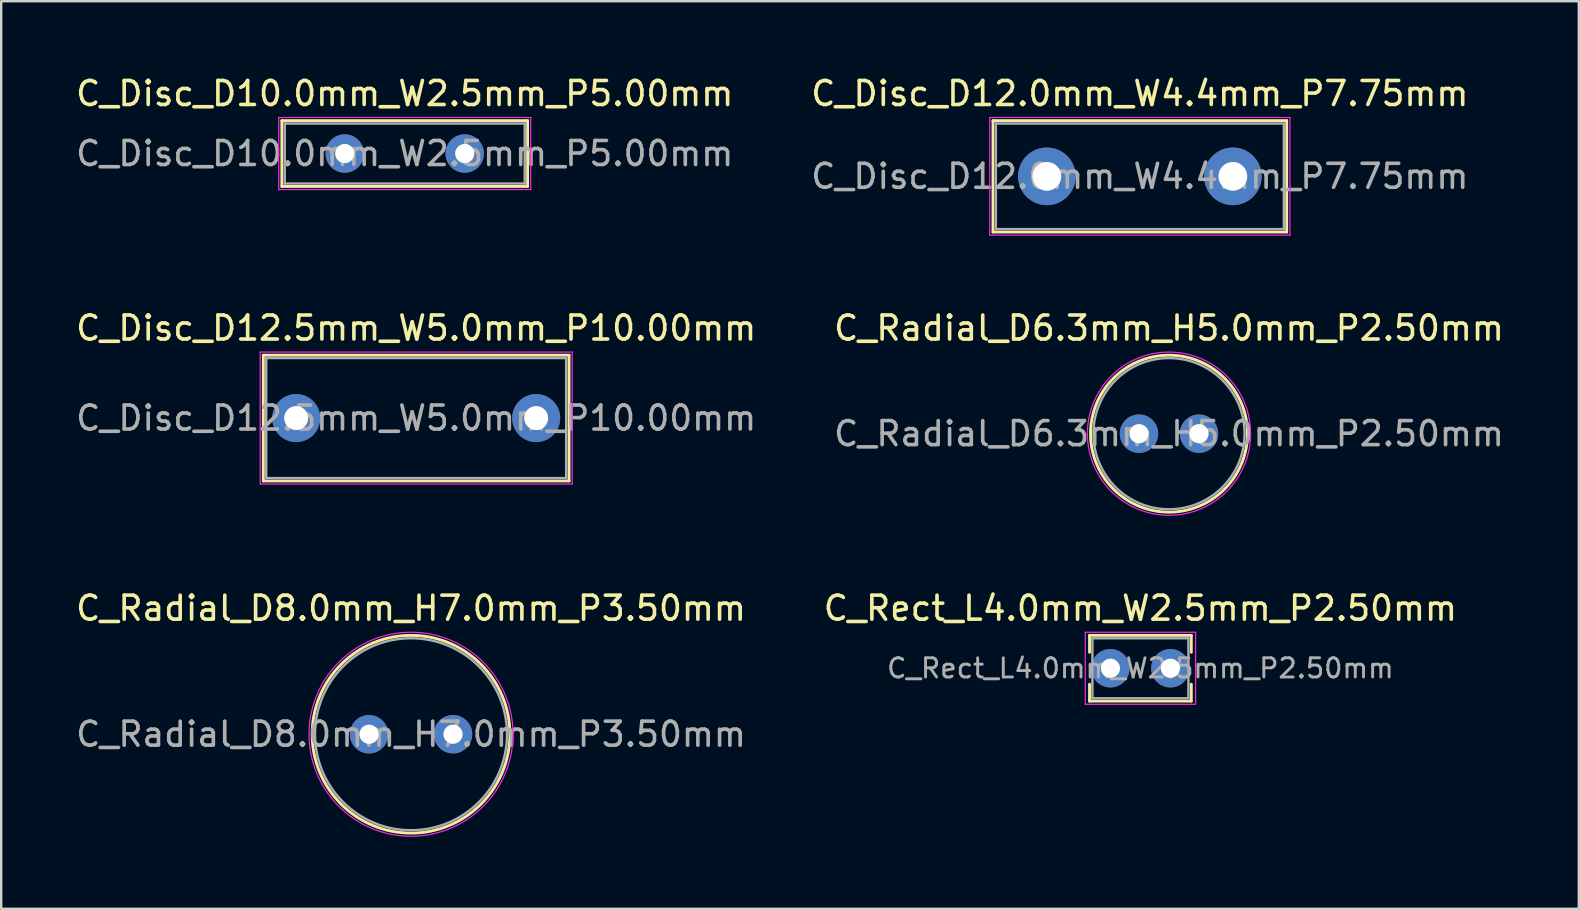
<source format=kicad_pcb>
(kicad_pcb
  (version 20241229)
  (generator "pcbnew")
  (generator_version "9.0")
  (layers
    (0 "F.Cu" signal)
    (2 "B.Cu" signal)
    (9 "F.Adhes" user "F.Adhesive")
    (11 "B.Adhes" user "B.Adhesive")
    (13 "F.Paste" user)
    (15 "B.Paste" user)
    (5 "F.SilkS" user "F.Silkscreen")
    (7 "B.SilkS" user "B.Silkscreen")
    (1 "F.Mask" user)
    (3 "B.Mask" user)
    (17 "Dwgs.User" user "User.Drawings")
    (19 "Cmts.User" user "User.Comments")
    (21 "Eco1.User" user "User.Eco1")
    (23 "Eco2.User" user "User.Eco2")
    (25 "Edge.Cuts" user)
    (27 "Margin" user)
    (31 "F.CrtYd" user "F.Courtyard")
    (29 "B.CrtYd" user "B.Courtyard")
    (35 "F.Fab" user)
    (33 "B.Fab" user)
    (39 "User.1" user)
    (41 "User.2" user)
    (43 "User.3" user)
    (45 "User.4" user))
  (footprint "C_Disc_D12.5mm_W5.0mm_P10.00mm"
    (layer "F.Cu")
    (at 9.292 14.371)
    (property "Reference" "C_Disc_D12.5mm_W5.0mm_P10.00mm" (at 5 -3.75 0) (layer "F.SilkS") (effects (font (size 1 1) (thickness 0.15))))
    (attr through_hole)
    (fp_line (start -1.37 -2.62) (end -1.37 2.62) (stroke (width 0.12) (type solid)) (layer "F.SilkS"))
    (fp_line (start -1.37 -2.62) (end 11.37 -2.62) (stroke (width 0.12) (type solid)) (layer "F.SilkS"))
    (fp_line (start -1.37 2.62) (end 11.37 2.62) (stroke (width 0.12) (type solid)) (layer "F.SilkS"))
    (fp_line (start 11.37 -2.62) (end 11.37 2.62) (stroke (width 0.12) (type solid)) (layer "F.SilkS"))
    (fp_line (start -1.5 -2.75) (end -1.5 2.75) (stroke (width 0.05) (type solid)) (layer "F.CrtYd"))
    (fp_line (start -1.5 2.75) (end 11.5 2.75) (stroke (width 0.05) (type solid)) (layer "F.CrtYd"))
    (fp_line (start 11.5 -2.75) (end -1.5 -2.75) (stroke (width 0.05) (type solid)) (layer "F.CrtYd"))
    (fp_line (start 11.5 2.75) (end 11.5 -2.75) (stroke (width 0.05) (type solid)) (layer "F.CrtYd"))
    (fp_line (start -1.25 -2.5) (end -1.25 2.5) (stroke (width 0.1) (type solid)) (layer "F.Fab"))
    (fp_line (start -1.25 2.5) (end 11.25 2.5) (stroke (width 0.1) (type solid)) (layer "F.Fab"))
    (fp_line (start 11.25 -2.5) (end -1.25 -2.5) (stroke (width 0.1) (type solid)) (layer "F.Fab"))
    (fp_line (start 11.25 2.5) (end 11.25 -2.5) (stroke (width 0.1) (type solid)) (layer "F.Fab"))
    (fp_text user "${REFERENCE}" (at 5 0 0) (layer "F.Fab") (effects (font (size 1 1) (thickness 0.15))))
    (pad "1" thru_hole circle (at 0 0) (size 2 2) (drill 1) (layers "*.Cu" "*.Mask"))
    (pad "2" thru_hole circle (at 10 0) (size 2 2) (drill 1) (layers "*.Cu" "*.Mask")))
  (footprint "C_Disc_D12.0mm_W4.4mm_P7.75mm"
    (layer "F.Cu")
    (at 40.571 4.298)
    (property "Reference" "C_Disc_D12.0mm_W4.4mm_P7.75mm" (at 3.875 -3.45 0) (layer "F.SilkS") (effects (font (size 1 1) (thickness 0.15))))
    (attr through_hole)
    (fp_line (start -2.245 -2.321) (end -2.245 2.321) (stroke (width 0.12) (type solid)) (layer "F.SilkS"))
    (fp_line (start -2.245 -2.321) (end 9.995 -2.321) (stroke (width 0.12) (type solid)) (layer "F.SilkS"))
    (fp_line (start -2.245 2.321) (end 9.995 2.321) (stroke (width 0.12) (type solid)) (layer "F.SilkS"))
    (fp_line (start 9.995 -2.321) (end 9.995 2.321) (stroke (width 0.12) (type solid)) (layer "F.SilkS"))
    (fp_line (start -2.38 -2.45) (end -2.38 2.45) (stroke (width 0.05) (type solid)) (layer "F.CrtYd"))
    (fp_line (start -2.38 2.45) (end 10.13 2.45) (stroke (width 0.05) (type solid)) (layer "F.CrtYd"))
    (fp_line (start 10.13 -2.45) (end -2.38 -2.45) (stroke (width 0.05) (type solid)) (layer "F.CrtYd"))
    (fp_line (start 10.13 2.45) (end 10.13 -2.45) (stroke (width 0.05) (type solid)) (layer "F.CrtYd"))
    (fp_line (start -2.125 -2.2) (end -2.125 2.2) (stroke (width 0.1) (type solid)) (layer "F.Fab"))
    (fp_line (start -2.125 2.2) (end 9.875 2.2) (stroke (width 0.1) (type solid)) (layer "F.Fab"))
    (fp_line (start 9.875 -2.2) (end -2.125 -2.2) (stroke (width 0.1) (type solid)) (layer "F.Fab"))
    (fp_line (start 9.875 2.2) (end 9.875 -2.2) (stroke (width 0.1) (type solid)) (layer "F.Fab"))
    (fp_text user "${REFERENCE}" (at 3.875 0 0) (layer "F.Fab") (effects (font (size 1 1) (thickness 0.15))))
    (pad "1" thru_hole circle (at 0 0) (size 2.4 2.4) (drill 1.2) (layers "*.Cu" "*.Mask"))
    (pad "2" thru_hole circle (at 7.75 0) (size 2.4 2.4) (drill 1.2) (layers "*.Cu" "*.Mask")))
  (footprint "C_Radial_D6.3mm_H5.0mm_P2.50mm"
    (layer "F.Cu")
    (at 44.411 15.021)
    (property "Reference" "C_Radial_D6.3mm_H5.0mm_P2.50mm" (at 1.25 -4.4 0) (layer "F.SilkS") (effects (font (size 1 1) (thickness 0.15))))
    (attr through_hole)
    (fp_circle (center 1.25 0) (end 4.52 0) (stroke (width 0.12) (type solid)) (fill no) (layer "F.SilkS"))
    (fp_circle (center 1.25 0) (end 4.65 0) (stroke (width 0.05) (type solid)) (fill no) (layer "F.CrtYd"))
    (fp_circle (center 1.25 0) (end 4.4 0) (stroke (width 0.1) (type solid)) (fill no) (layer "F.Fab"))
    (fp_text user "${REFERENCE}" (at 1.25 0 0) (layer "F.Fab") (effects (font (size 1 1) (thickness 0.15))))
    (pad "1" thru_hole circle (at 0 0) (size 1.6 1.6) (drill 0.8) (layers "*.Cu" "*.Mask"))
    (pad "2" thru_hole circle (at 2.5 0) (size 1.6 1.6) (drill 0.8) (layers "*.Cu" "*.Mask")))
  (footprint "C_Rect_L4.0mm_W2.5mm_P2.50mm"
    (layer "F.Cu")
    (at 43.22 24.795)
    (property "Reference" "C_Rect_L4.0mm_W2.5mm_P2.50mm" (at 1.25 -2.5 0) (layer "F.SilkS") (effects (font (size 1 1) (thickness 0.15))))
    (attr through_hole)
    (fp_line (start -0.87 -1.37) (end -0.87 -0.665) (stroke (width 0.12) (type solid)) (layer "F.SilkS"))
    (fp_line (start -0.87 -1.37) (end 3.37 -1.37) (stroke (width 0.12) (type solid)) (layer "F.SilkS"))
    (fp_line (start -0.87 0.665) (end -0.87 1.37) (stroke (width 0.12) (type solid)) (layer "F.SilkS"))
    (fp_line (start -0.87 1.37) (end 3.37 1.37) (stroke (width 0.12) (type solid)) (layer "F.SilkS"))
    (fp_line (start 3.37 -1.37) (end 3.37 -0.665) (stroke (width 0.12) (type solid)) (layer "F.SilkS"))
    (fp_line (start 3.37 0.665) (end 3.37 1.37) (stroke (width 0.12) (type solid)) (layer "F.SilkS"))
    (fp_line (start -1.05 -1.5) (end -1.05 1.5) (stroke (width 0.05) (type solid)) (layer "F.CrtYd"))
    (fp_line (start -1.05 1.5) (end 3.55 1.5) (stroke (width 0.05) (type solid)) (layer "F.CrtYd"))
    (fp_line (start 3.55 -1.5) (end -1.05 -1.5) (stroke (width 0.05) (type solid)) (layer "F.CrtYd"))
    (fp_line (start 3.55 1.5) (end 3.55 -1.5) (stroke (width 0.05) (type solid)) (layer "F.CrtYd"))
    (fp_line (start -0.75 -1.25) (end -0.75 1.25) (stroke (width 0.1) (type solid)) (layer "F.Fab"))
    (fp_line (start -0.75 1.25) (end 3.25 1.25) (stroke (width 0.1) (type solid)) (layer "F.Fab"))
    (fp_line (start 3.25 -1.25) (end -0.75 -1.25) (stroke (width 0.1) (type solid)) (layer "F.Fab"))
    (fp_line (start 3.25 1.25) (end 3.25 -1.25) (stroke (width 0.1) (type solid)) (layer "F.Fab"))
    (fp_text user "${REFERENCE}" (at 1.25 0 0) (layer "F.Fab") (effects (font (size 0.8 0.8) (thickness 0.12))))
    (pad "1" thru_hole circle (at 0 0) (size 1.6 1.6) (drill 0.8) (layers "*.Cu" "*.Mask"))
    (pad "2" thru_hole circle (at 2.5 0) (size 1.6 1.6) (drill 0.8) (layers "*.Cu" "*.Mask")))
  (footprint "C_Disc_D10.0mm_W2.5mm_P5.00mm"
    (layer "F.Cu")
    (at 11.315 3.348)
    (property "Reference" "C_Disc_D10.0mm_W2.5mm_P5.00mm" (at 2.5 -2.5 0) (layer "F.SilkS") (effects (font (size 1 1) (thickness 0.15))))
    (attr through_hole)
    (fp_line (start -2.62 -1.37) (end -2.62 1.37) (stroke (width 0.12) (type solid)) (layer "F.SilkS"))
    (fp_line (start -2.62 -1.37) (end 7.62 -1.37) (stroke (width 0.12) (type solid)) (layer "F.SilkS"))
    (fp_line (start -2.62 1.37) (end 7.62 1.37) (stroke (width 0.12) (type solid)) (layer "F.SilkS"))
    (fp_line (start 7.62 -1.37) (end 7.62 1.37) (stroke (width 0.12) (type solid)) (layer "F.SilkS"))
    (fp_line (start -2.75 -1.5) (end -2.75 1.5) (stroke (width 0.05) (type solid)) (layer "F.CrtYd"))
    (fp_line (start -2.75 1.5) (end 7.75 1.5) (stroke (width 0.05) (type solid)) (layer "F.CrtYd"))
    (fp_line (start 7.75 -1.5) (end -2.75 -1.5) (stroke (width 0.05) (type solid)) (layer "F.CrtYd"))
    (fp_line (start 7.75 1.5) (end 7.75 -1.5) (stroke (width 0.05) (type solid)) (layer "F.CrtYd"))
    (fp_line (start -2.5 -1.25) (end -2.5 1.25) (stroke (width 0.1) (type solid)) (layer "F.Fab"))
    (fp_line (start -2.5 1.25) (end 7.5 1.25) (stroke (width 0.1) (type solid)) (layer "F.Fab"))
    (fp_line (start 7.5 -1.25) (end -2.5 -1.25) (stroke (width 0.1) (type solid)) (layer "F.Fab"))
    (fp_line (start 7.5 1.25) (end 7.5 -1.25) (stroke (width 0.1) (type solid)) (layer "F.Fab"))
    (fp_text user "${REFERENCE}" (at 2.5 0 0) (layer "F.Fab") (effects (font (size 1 1) (thickness 0.15))))
    (pad "1" thru_hole circle (at 0 0) (size 1.6 1.6) (drill 0.8) (layers "*.Cu" "*.Mask"))
    (pad "2" thru_hole circle (at 5 0) (size 1.6 1.6) (drill 0.8) (layers "*.Cu" "*.Mask")))
  (footprint "C_Radial_D8.0mm_H7.0mm_P3.50mm"
    (layer "F.Cu")
    (at 12.327 27.545)
    (property "Reference" "C_Radial_D8.0mm_H7.0mm_P3.50mm" (at 1.75 -5.25 0) (layer "F.SilkS") (effects (font (size 1 1) (thickness 0.15))))
    (attr through_hole)
    (fp_circle (center 1.75 0) (end 5.87 0) (stroke (width 0.12) (type solid)) (fill no) (layer "F.SilkS"))
    (fp_circle (center 1.75 0) (end 6 0) (stroke (width 0.05) (type solid)) (fill no) (layer "F.CrtYd"))
    (fp_circle (center 1.75 0) (end 5.75 0) (stroke (width 0.1) (type solid)) (fill no) (layer "F.Fab"))
    (fp_text user "${REFERENCE}" (at 1.75 0 0) (layer "F.Fab") (effects (font (size 1 1) (thickness 0.15))))
    (pad "1" thru_hole circle (at 0 0) (size 1.6 1.6) (drill 0.8) (layers "*.Cu" "*.Mask"))
    (pad "2" thru_hole circle (at 3.5 0) (size 1.6 1.6) (drill 0.8) (layers "*.Cu" "*.Mask")))
  (gr_rect
    (start -3 -3)
    (end 62.738 34.82)
    (stroke (width 0.1) (type default))
    (fill no)
    (layer "Edge.Cuts")))
</source>
